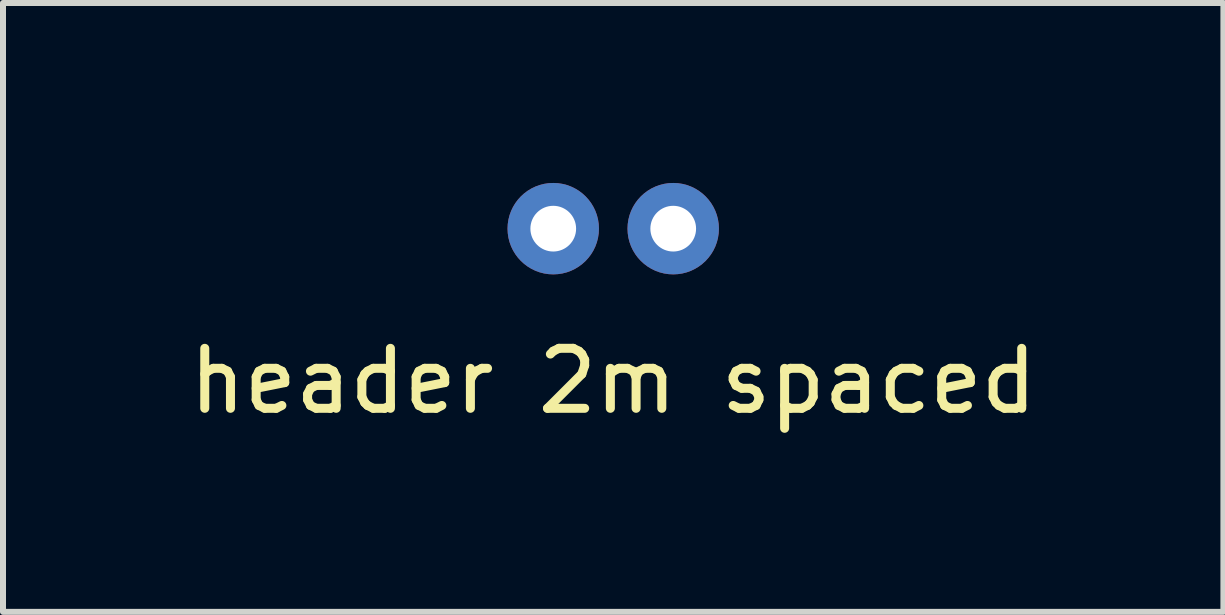
<source format=kicad_pcb>
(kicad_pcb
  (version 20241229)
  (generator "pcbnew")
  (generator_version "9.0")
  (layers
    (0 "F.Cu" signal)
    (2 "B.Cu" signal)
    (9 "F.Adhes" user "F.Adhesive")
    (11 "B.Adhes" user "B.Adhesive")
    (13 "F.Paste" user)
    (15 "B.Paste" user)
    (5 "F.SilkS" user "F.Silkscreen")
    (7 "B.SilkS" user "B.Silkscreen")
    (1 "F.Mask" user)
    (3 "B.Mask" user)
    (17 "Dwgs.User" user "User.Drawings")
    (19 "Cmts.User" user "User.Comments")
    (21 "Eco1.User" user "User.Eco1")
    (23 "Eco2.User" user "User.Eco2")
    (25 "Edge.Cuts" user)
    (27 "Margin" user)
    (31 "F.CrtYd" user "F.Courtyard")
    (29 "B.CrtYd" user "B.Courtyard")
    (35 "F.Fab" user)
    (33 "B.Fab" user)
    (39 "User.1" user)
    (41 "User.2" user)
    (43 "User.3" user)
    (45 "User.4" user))
  (footprint "header 2m spaced"
    (layer "F.Cu")
    (at 7.173 0.762)
    (property "Reference" "header 2m spaced" (at 0 2.54 0) (layer "F.SilkS") (effects (font (size 1 1) (thickness 0.15))))
    (attr through_hole)
    (pad "1" thru_hole circle (at -1 0) (size 1.524 1.524) (drill 0.762) (layers "*.Cu" "*.Mask"))
    (pad "2" thru_hole circle (at 1 0) (size 1.524 1.524) (drill 0.762) (layers "*.Cu" "*.Mask")))
  (gr_rect
    (start -3 -3)
    (end 17.345 7.15)
    (stroke (width 0.1) (type default))
    (fill no)
    (layer "Edge.Cuts")))
</source>
